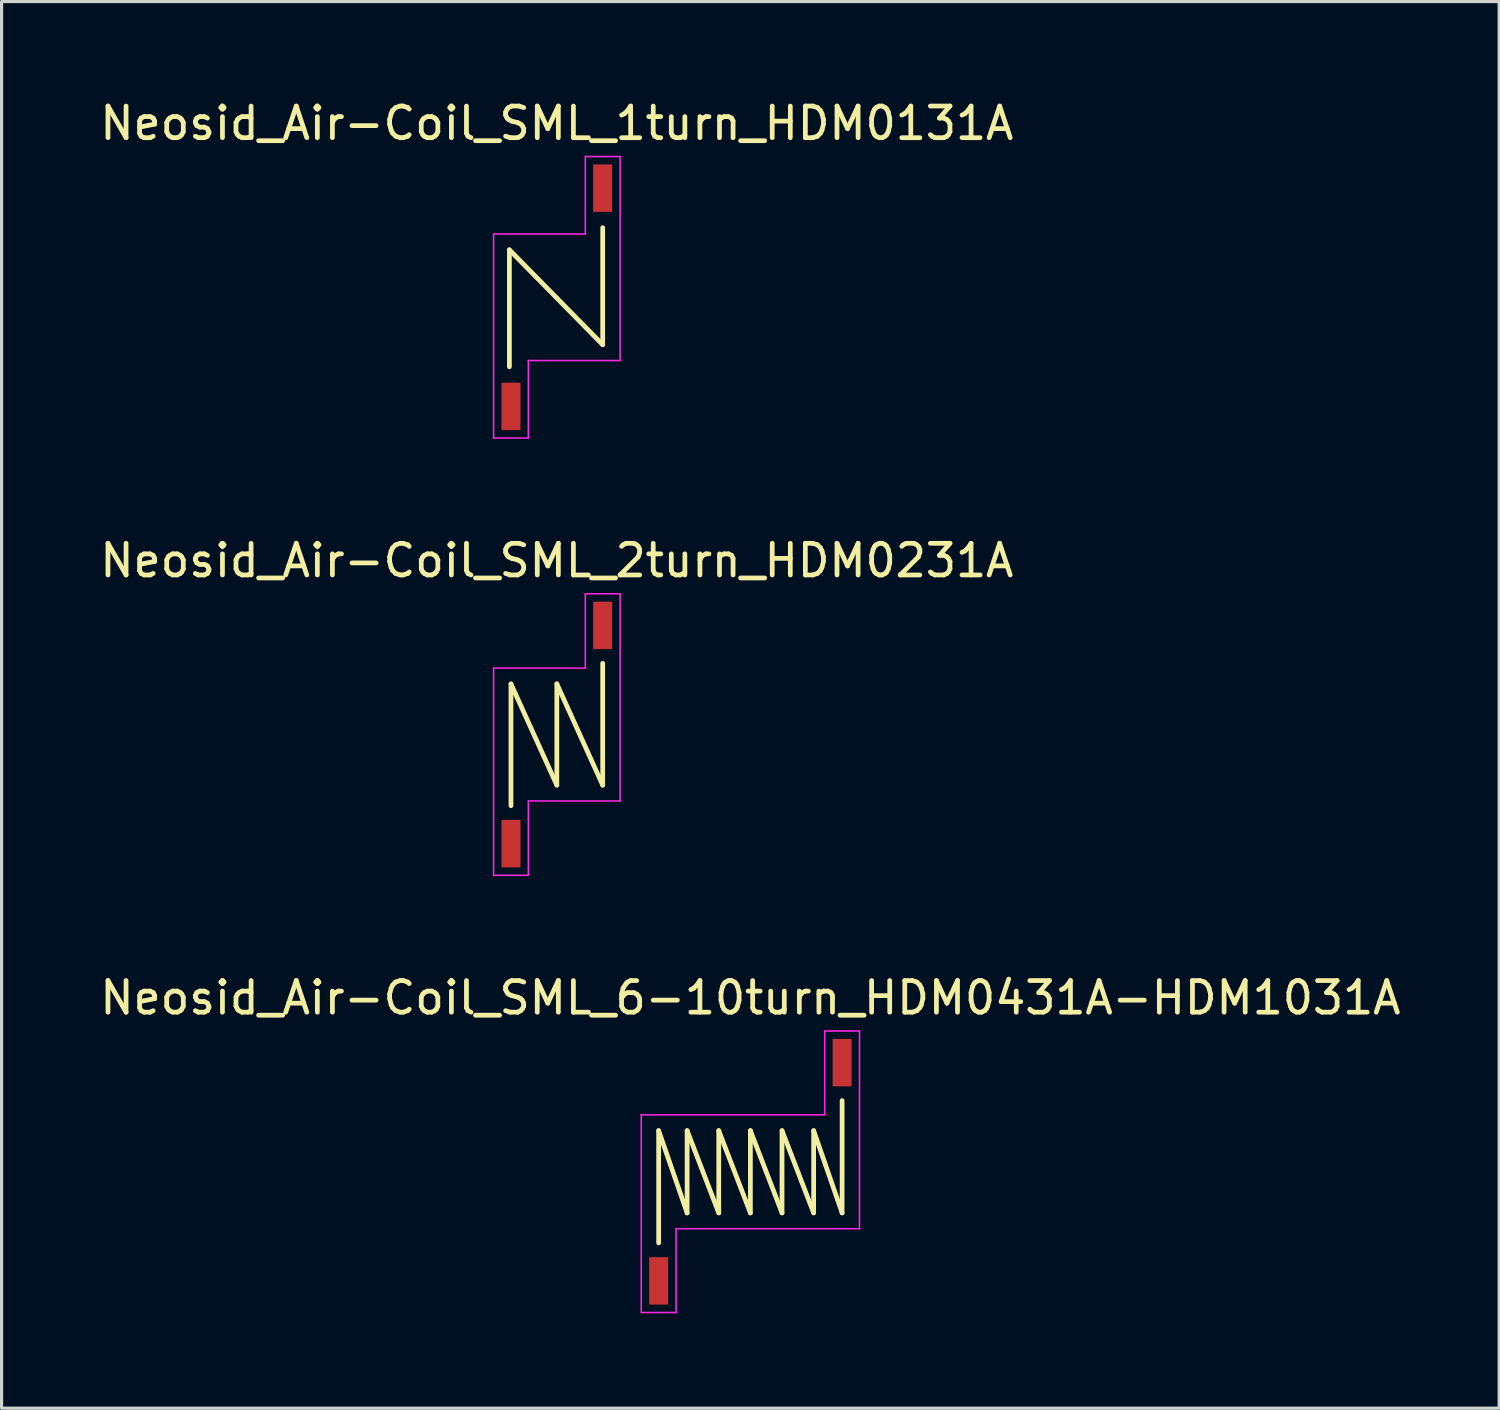
<source format=kicad_pcb>
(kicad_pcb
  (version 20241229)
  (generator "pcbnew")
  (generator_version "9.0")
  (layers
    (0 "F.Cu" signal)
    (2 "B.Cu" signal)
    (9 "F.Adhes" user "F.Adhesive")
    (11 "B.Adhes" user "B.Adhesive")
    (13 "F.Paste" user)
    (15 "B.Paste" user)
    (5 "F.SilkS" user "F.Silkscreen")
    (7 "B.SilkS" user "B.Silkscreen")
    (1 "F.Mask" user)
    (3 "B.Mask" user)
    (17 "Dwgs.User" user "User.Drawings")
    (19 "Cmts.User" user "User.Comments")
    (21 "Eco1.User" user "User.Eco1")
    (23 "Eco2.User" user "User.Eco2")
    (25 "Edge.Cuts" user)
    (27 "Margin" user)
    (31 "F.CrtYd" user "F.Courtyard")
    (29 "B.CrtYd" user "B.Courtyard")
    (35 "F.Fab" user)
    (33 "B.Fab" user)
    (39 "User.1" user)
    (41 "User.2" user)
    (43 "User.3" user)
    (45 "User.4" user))
  (footprint "Neosid_Air-Coil_SML_6-10turn_HDM0431A-HDM1031A"
    (layer "F.Cu")
    (at 20.673 33.995)
    (property "Reference" "Neosid_Air-Coil_SML_6-10turn_HDM0431A-HDM1031A" (at 0 -5.5 0) (layer "F.SilkS") (effects (font (size 1 1) (thickness 0.15))))
    (attr smd)
    (fp_line (start -2.9 -1.3) (end -2.9 2.25) (stroke (width 0.15) (type solid)) (layer "F.SilkS"))
    (fp_line (start -2.9 -1.3) (end -2 1.3) (stroke (width 0.15) (type solid)) (layer "F.SilkS"))
    (fp_line (start -2 -1.3) (end -2 1.3) (stroke (width 0.15) (type solid)) (layer "F.SilkS"))
    (fp_line (start -2 -1.3) (end -1 1.3) (stroke (width 0.15) (type solid)) (layer "F.SilkS"))
    (fp_line (start -1 -1.3) (end -1 1.3) (stroke (width 0.15) (type solid)) (layer "F.SilkS"))
    (fp_line (start -1 -1.3) (end 0 1.3) (stroke (width 0.15) (type solid)) (layer "F.SilkS"))
    (fp_line (start 0 -1.3) (end 0 1.3) (stroke (width 0.15) (type solid)) (layer "F.SilkS"))
    (fp_line (start 0 -1.3) (end 1 1.3) (stroke (width 0.15) (type solid)) (layer "F.SilkS"))
    (fp_line (start 1 -1.3) (end 1 1.3) (stroke (width 0.15) (type solid)) (layer "F.SilkS"))
    (fp_line (start 1 -1.3) (end 2 1.3) (stroke (width 0.15) (type solid)) (layer "F.SilkS"))
    (fp_line (start 2 -1.3) (end 2 1.3) (stroke (width 0.15) (type solid)) (layer "F.SilkS"))
    (fp_line (start 2 -1.3) (end 2.9 1.3) (stroke (width 0.15) (type solid)) (layer "F.SilkS"))
    (fp_line (start 2.9 1.3) (end 2.9 -2.25) (stroke (width 0.15) (type solid)) (layer "F.SilkS"))
    (fp_line (start -3.45 -1.8) (end -3.45 4.45) (stroke (width 0.05) (type solid)) (layer "F.CrtYd"))
    (fp_line (start -3.45 4.45) (end -2.35 4.45) (stroke (width 0.05) (type solid)) (layer "F.CrtYd"))
    (fp_line (start -2.35 1.8) (end 3.45 1.8) (stroke (width 0.05) (type solid)) (layer "F.CrtYd"))
    (fp_line (start -2.35 4.45) (end -2.35 1.8) (stroke (width 0.05) (type solid)) (layer "F.CrtYd"))
    (fp_line (start 2.35 -4.45) (end 2.35 -1.8) (stroke (width 0.05) (type solid)) (layer "F.CrtYd"))
    (fp_line (start 2.35 -1.8) (end -3.45 -1.8) (stroke (width 0.05) (type solid)) (layer "F.CrtYd"))
    (fp_line (start 3.45 -4.45) (end 2.35 -4.45) (stroke (width 0.05) (type solid)) (layer "F.CrtYd"))
    (fp_line (start 3.45 1.8) (end 3.45 -4.45) (stroke (width 0.05) (type solid)) (layer "F.CrtYd"))
    (pad "1" smd rect (at -2.9 3.45) (size 0.6 1.5) (layers "F.Cu" "F.Mask" "F.Paste"))
    (pad "2" smd rect (at 2.9 -3.45) (size 0.6 1.5) (layers "F.Cu" "F.Mask" "F.Paste")))
  (footprint "Neosid_Air-Coil_SML_2turn_HDM0231A"
    (layer "F.Cu")
    (at 14.554 20.172)
    (property "Reference" "Neosid_Air-Coil_SML_2turn_HDM0231A" (at 0 -5.5 0) (layer "F.SilkS") (effects (font (size 1 1) (thickness 0.15))))
    (attr smd)
    (fp_line (start -1.45 -1.6) (end -1.45 2.25) (stroke (width 0.15) (type solid)) (layer "F.SilkS"))
    (fp_line (start -1.45 -1.6) (end 0 1.6) (stroke (width 0.15) (type solid)) (layer "F.SilkS"))
    (fp_line (start 0 -1.6) (end 0 1.6) (stroke (width 0.15) (type solid)) (layer "F.SilkS"))
    (fp_line (start 0 -1.6) (end 1.45 1.6) (stroke (width 0.15) (type solid)) (layer "F.SilkS"))
    (fp_line (start 1.45 1.6) (end 1.45 -2.25) (stroke (width 0.15) (type solid)) (layer "F.SilkS"))
    (fp_line (start -2 -2.1) (end -2 4.45) (stroke (width 0.05) (type solid)) (layer "F.CrtYd"))
    (fp_line (start -2 4.45) (end -0.9 4.45) (stroke (width 0.05) (type solid)) (layer "F.CrtYd"))
    (fp_line (start -0.9 2.1) (end 2 2.1) (stroke (width 0.05) (type solid)) (layer "F.CrtYd"))
    (fp_line (start -0.9 4.45) (end -0.9 2.1) (stroke (width 0.05) (type solid)) (layer "F.CrtYd"))
    (fp_line (start 0.9 -4.45) (end 0.9 -2.1) (stroke (width 0.05) (type solid)) (layer "F.CrtYd"))
    (fp_line (start 0.9 -2.1) (end -2 -2.1) (stroke (width 0.05) (type solid)) (layer "F.CrtYd"))
    (fp_line (start 2 -4.45) (end 0.9 -4.45) (stroke (width 0.05) (type solid)) (layer "F.CrtYd"))
    (fp_line (start 2 2.1) (end 2 -4.45) (stroke (width 0.05) (type solid)) (layer "F.CrtYd"))
    (pad "1" smd rect (at -1.45 3.45) (size 0.6 1.5) (layers "F.Cu" "F.Mask" "F.Paste"))
    (pad "2" smd rect (at 1.45 -3.45) (size 0.6 1.5) (layers "F.Cu" "F.Mask" "F.Paste")))
  (footprint "Neosid_Air-Coil_SML_1turn_HDM0131A"
    (layer "F.Cu")
    (at 14.554 6.348)
    (property "Reference" "Neosid_Air-Coil_SML_1turn_HDM0131A" (at 0 -5.5 0) (layer "F.SilkS") (effects (font (size 1 1) (thickness 0.15))))
    (attr smd)
    (fp_line (start -1.5 -1.5) (end -1.5 2.2) (stroke (width 0.15) (type solid)) (layer "F.SilkS"))
    (fp_line (start -1.5 -1.5) (end 1.45 1.5) (stroke (width 0.15) (type solid)) (layer "F.SilkS"))
    (fp_line (start 1.45 1.5) (end 1.45 -2.2) (stroke (width 0.15) (type solid)) (layer "F.SilkS"))
    (fp_line (start -2 -2) (end -2 4.45) (stroke (width 0.05) (type solid)) (layer "F.CrtYd"))
    (fp_line (start -2 4.45) (end -0.9 4.45) (stroke (width 0.05) (type solid)) (layer "F.CrtYd"))
    (fp_line (start -0.9 2) (end 2 2) (stroke (width 0.05) (type solid)) (layer "F.CrtYd"))
    (fp_line (start -0.9 4.45) (end -0.9 2) (stroke (width 0.05) (type solid)) (layer "F.CrtYd"))
    (fp_line (start 0.9 -4.45) (end 0.9 -2) (stroke (width 0.05) (type solid)) (layer "F.CrtYd"))
    (fp_line (start 0.9 -2) (end -2 -2) (stroke (width 0.05) (type solid)) (layer "F.CrtYd"))
    (fp_line (start 2 -4.45) (end 0.9 -4.45) (stroke (width 0.05) (type solid)) (layer "F.CrtYd"))
    (fp_line (start 2 2) (end 2 -4.45) (stroke (width 0.05) (type solid)) (layer "F.CrtYd"))
    (pad "1" smd rect (at -1.45 3.45) (size 0.6 1.5) (layers "F.Cu" "F.Mask" "F.Paste"))
    (pad "2" smd rect (at 1.45 -3.45) (size 0.6 1.5) (layers "F.Cu" "F.Mask" "F.Paste")))
  (gr_rect
    (start -3 -3)
    (end 44.345 41.47)
    (stroke (width 0.1) (type default))
    (fill no)
    (layer "Edge.Cuts")))
</source>
